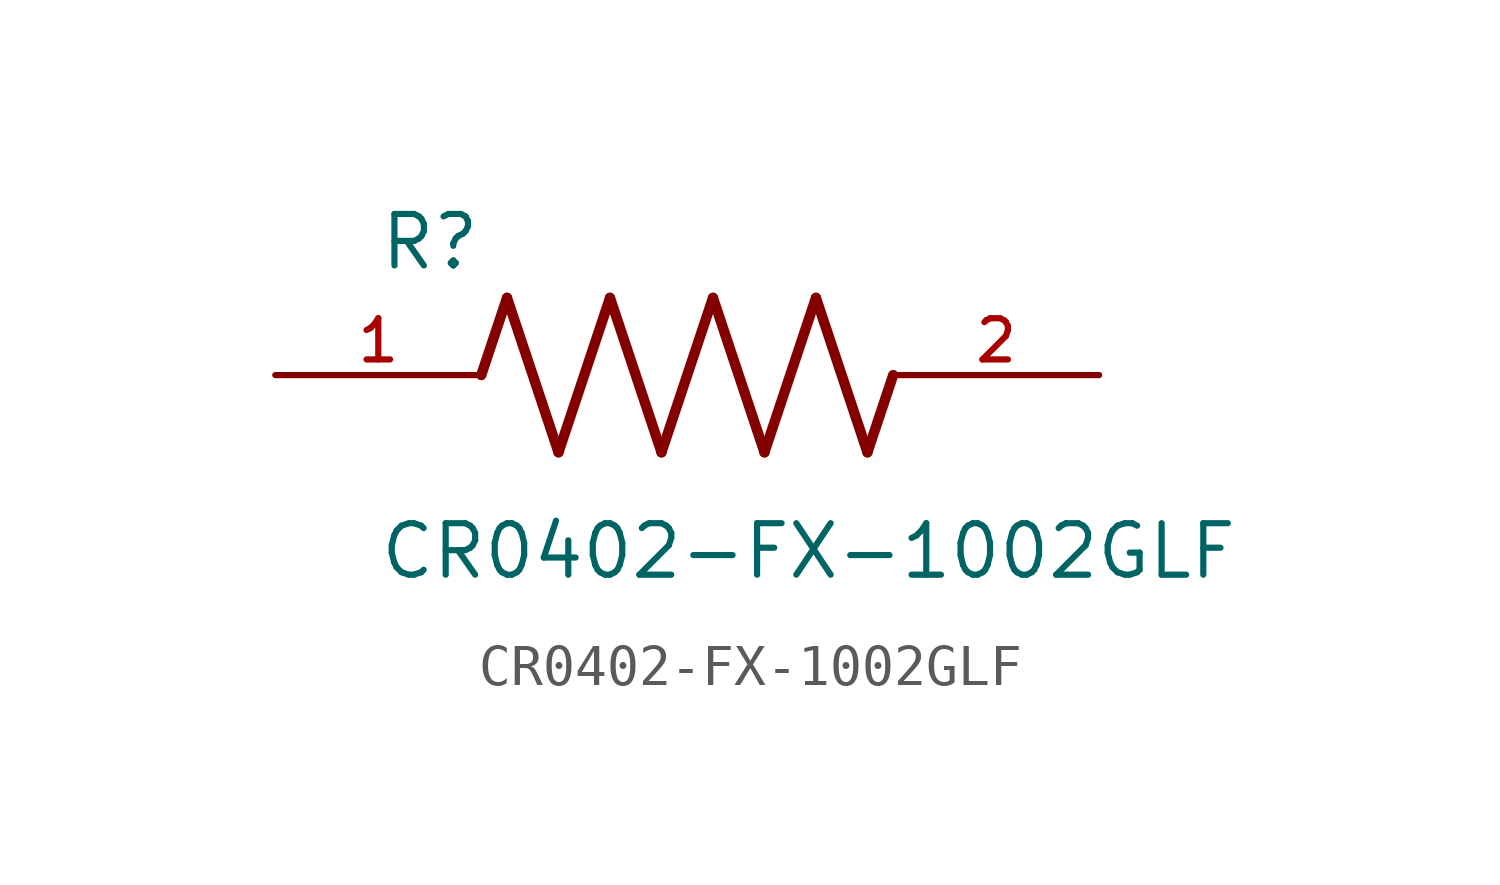
<source format=kicad_sym>
(kicad_symbol_lib
  (version 20211014)
  (generator kicad_symbol_editor)
  (symbol "CR0402-FX-1002GLF"
    (pin_names
      (offset 1.016))
    (property "Reference" "R"
      (at -7.624 2.541 0)
      (effects (font (size 1.27 1.27)) (justify bottom left)))
    (property "Value" "CR0402-FX-1002GLF"
      (at -7.63 -5.087 0)
      (effects (font (size 1.27 1.27)) (justify bottom left)))
    (symbol "CR0402-FX-1002GLF_0_0"
      (polyline (pts (xy -5.08 0.0) (xy -4.445 1.905)) (stroke (width 0.254)))
      (polyline (pts (xy -4.445 1.905) (xy -3.175 -1.905)) (stroke (width 0.254)))
      (polyline (pts (xy -3.175 -1.905) (xy -1.905 1.905)) (stroke (width 0.254)))
      (polyline (pts (xy -1.905 1.905) (xy -0.635 -1.905)) (stroke (width 0.254)))
      (polyline (pts (xy -0.635 -1.905) (xy 0.635 1.905)) (stroke (width 0.254)))
      (polyline (pts (xy 0.635 1.905) (xy 1.905 -1.905)) (stroke (width 0.254)))
      (polyline (pts (xy 1.905 -1.905) (xy 3.175 1.905)) (stroke (width 0.254)))
      (polyline (pts (xy 3.175 1.905) (xy 4.445 -1.905)) (stroke (width 0.254)))
      (polyline (pts (xy 4.445 -1.905) (xy 5.08 0.0)) (stroke (width 0.254)))
      (pin passive line (at -10.16 0.0 0) (length 5.08) (name "~" (effects (font (size 1.016 1.016)))) (number "1" (effects (font (size 1.016 1.016)))))
      (pin passive line (at 10.16 0.0 180.0) (length 5.08) (name "~" (effects (font (size 1.016 1.016)))) (number "2" (effects (font (size 1.016 1.016))))))))
</source>
